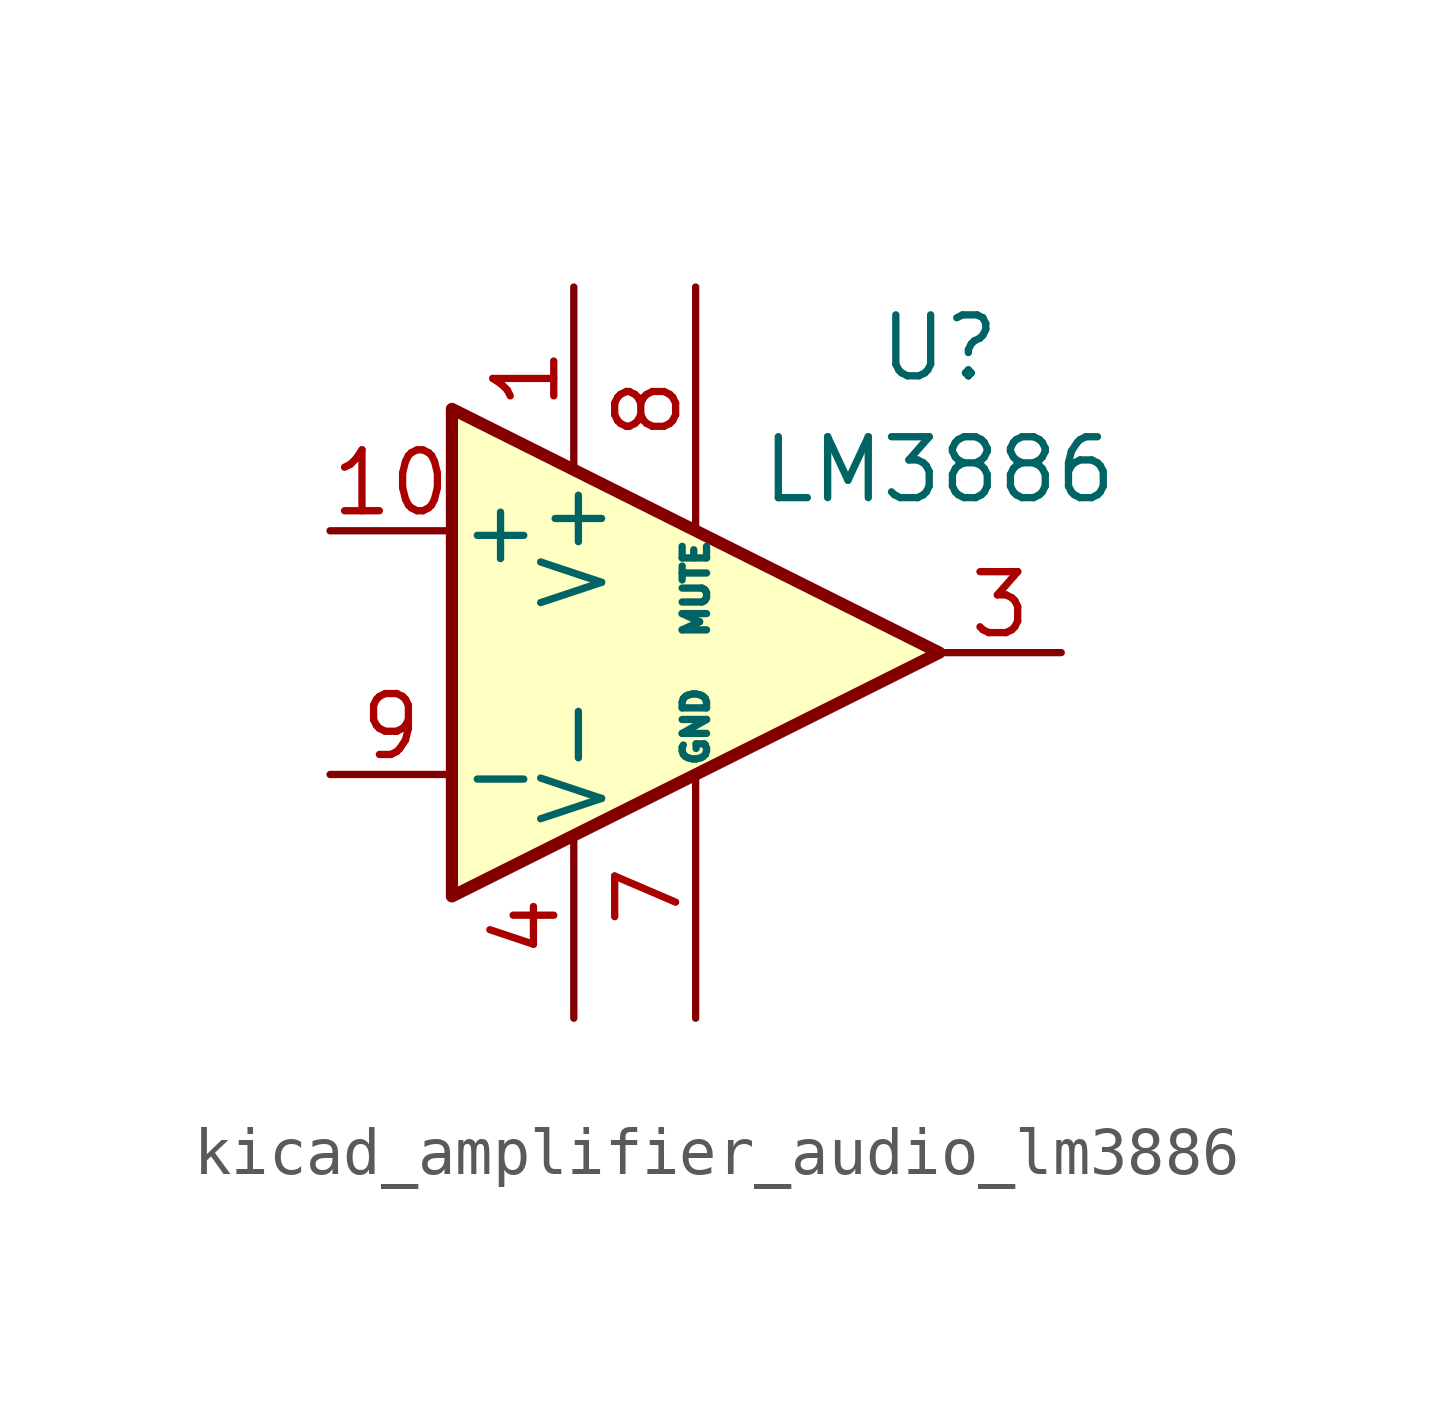
<source format=kicad_sym>
(kicad_symbol_lib
  (version 20220914)
  (generator kicad_symbol_editor)
  (symbol "kicad_amplifier_audio_lm3886"
    (pin_names
      (offset 0.127))
    (property "Reference" "U"
      (at 5.08 6.35 0)
      (effects (font (size 1.27 1.27))))
    (property "Value" "LM3886"
      (at 5.08 3.81 0)
      (effects (font (size 1.27 1.27))))
    (symbol "kicad_amplifier_audio_lm3886_0_1"
      (polyline (pts (xy -5.08 5.08) (xy 5.08 0) (xy -5.08 -5.08) (xy -5.08 5.08)) (stroke (width 0.254) (type default)) (fill (type background))))
    (symbol "kicad_amplifier_audio_lm3886_1_1"
      (pin power_in line (at -2.54 7.62 270) (length 3.81) (name "V+" (effects (font (size 1.27 1.27)))) (number "1" (effects (font (size 1.27 1.27)))))
      (pin input line (at -7.62 2.54 0) (length 2.54) (name "+" (effects (font (size 1.27 1.27)))) (number "10" (effects (font (size 1.27 1.27)))))
      (pin no_connect line (at -5.08 5.08 270) (length 2.54) hide (name "NC" (effects (font (size 1.27 1.27)))) (number "11" (effects (font (size 1.27 1.27)))))
      (pin no_connect line (at -2.54 3.81 270) (length 2.54) hide (name "NC" (effects (font (size 1.27 1.27)))) (number "2" (effects (font (size 1.27 1.27)))))
      (pin output line (at 7.62 0 180) (length 2.54) (name "~" (effects (font (size 1.27 1.27)))) (number "3" (effects (font (size 1.27 1.27)))))
      (pin power_in line (at -2.54 -7.62 90) (length 3.81) (name "V-" (effects (font (size 1.27 1.27)))) (number "4" (effects (font (size 1.27 1.27)))))
      (pin passive line (at -2.54 7.62 270) (length 3.81) hide (name "V+" (effects (font (size 1.27 1.27)))) (number "5" (effects (font (size 1.27 1.27)))))
      (pin no_connect line (at -5.08 -5.08 90) (length 2.54) hide (name "NC" (effects (font (size 1.27 1.27)))) (number "6" (effects (font (size 1.27 1.27)))))
      (pin power_in line (at 0 -7.62 90) (length 5.08) (name "GND" (effects (font (size 0.508 0.508)))) (number "7" (effects (font (size 1.27 1.27)))))
      (pin input line (at 0 7.62 270) (length 5.08) (name "MUTE" (effects (font (size 0.508 0.508)))) (number "8" (effects (font (size 1.27 1.27)))))
      (pin input line (at -7.62 -2.54 0) (length 2.54) (name "-" (effects (font (size 1.27 1.27)))) (number "9" (effects (font (size 1.27 1.27))))))))
</source>
